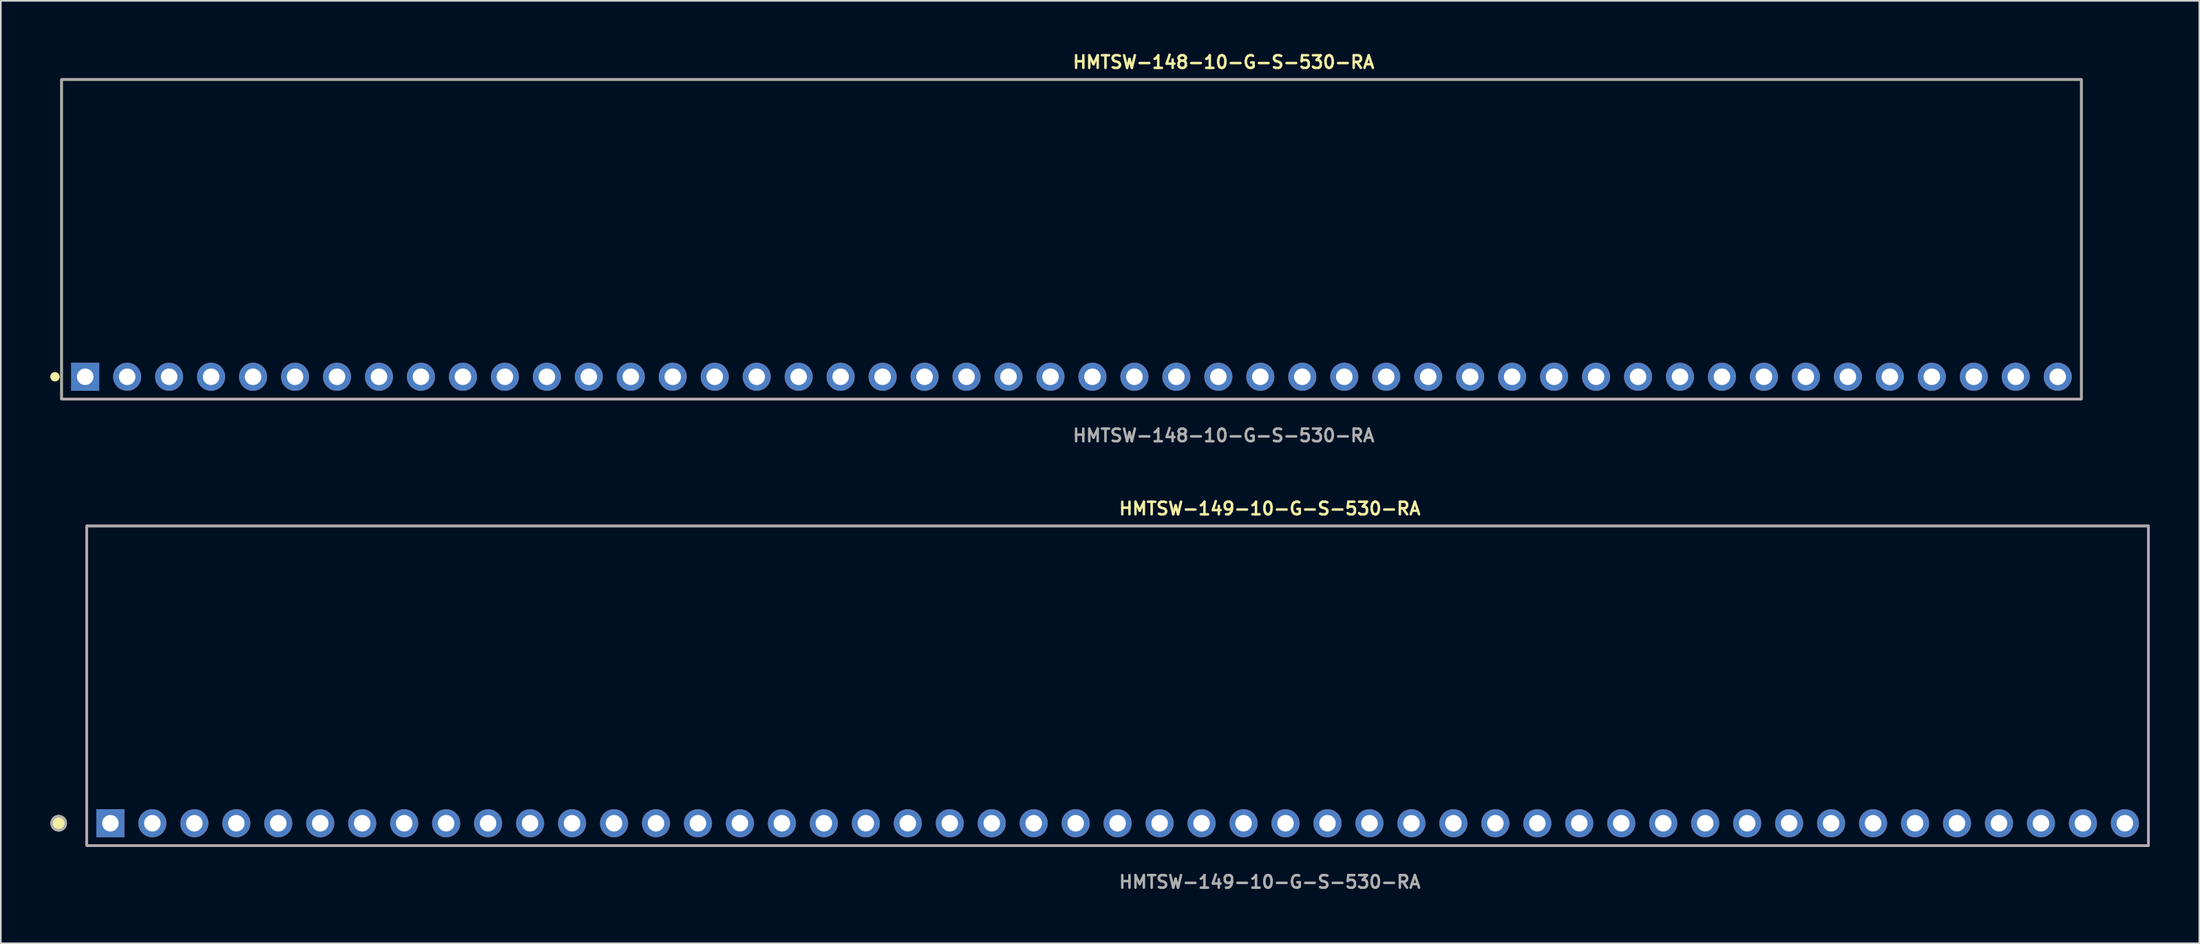
<source format=kicad_pcb>
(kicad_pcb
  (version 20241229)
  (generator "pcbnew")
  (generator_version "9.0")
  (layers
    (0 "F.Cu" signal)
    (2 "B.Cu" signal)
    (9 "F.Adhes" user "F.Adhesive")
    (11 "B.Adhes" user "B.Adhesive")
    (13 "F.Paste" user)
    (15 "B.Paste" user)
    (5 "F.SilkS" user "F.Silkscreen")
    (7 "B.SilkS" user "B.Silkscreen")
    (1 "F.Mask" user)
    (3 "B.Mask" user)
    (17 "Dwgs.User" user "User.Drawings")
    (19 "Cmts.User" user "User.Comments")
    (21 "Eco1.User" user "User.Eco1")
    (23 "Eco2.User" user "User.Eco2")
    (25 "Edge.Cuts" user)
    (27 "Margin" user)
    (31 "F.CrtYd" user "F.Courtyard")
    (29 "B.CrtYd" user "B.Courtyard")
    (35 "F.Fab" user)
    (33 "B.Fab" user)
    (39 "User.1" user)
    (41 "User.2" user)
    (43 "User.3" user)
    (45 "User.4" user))
  (footprint "HMTSW-148-10-G-S-530-RA"
    (layer "F.Cu")
    (at 61.796 19.763)
    (property "Reference" "HMTSW-148-10-G-S-530-RA" (at 0 -19.05 0) (unlocked yes) (layer "F.SilkS") (effects (font (size 0.762 0.762) (thickness 0.152)) (justify left)))
    (fp_rect (start -61.12 1.35) (end 61.12 -18) (stroke (width 0.152) (type solid)) (fill no) (layer "F.SilkS"))
    (fp_circle (center -61.52 0) (end -61.72 0) (stroke (width 0.152) (type solid)) (fill yes) (layer "F.SilkS"))
    (fp_circle (center -61.52 0) (end -61.72 0) (stroke (width 0.152) (type solid)) (fill yes) (layer "F.SilkS"))
    (fp_rect (start -61.12 1.35) (end 61.12 -18) (stroke (width 0.006) (type solid)) (fill no) (layer "F.CrtYd"))
    (fp_rect (start -61.12 1.35) (end 61.12 -18) (stroke (width 0.152) (type solid)) (fill no) (layer "F.Fab"))
    (fp_text user "${REFERENCE}" (at 0 3.556 0) (unlocked yes) (layer "F.Fab") (effects (font (size 0.762 0.762) (thickness 0.152)) (justify left)))
    (pad "1" thru_hole rect (at -59.69 0) (size 1.7 1.7) (drill 1) (layers "*.Cu" "*.Mask"))
    (pad "2" thru_hole circle (at -57.15 0) (size 1.7 1.7) (drill 1) (layers "*.Cu" "*.Mask"))
    (pad "3" thru_hole circle (at -54.61 0) (size 1.7 1.7) (drill 1) (layers "*.Cu" "*.Mask"))
    (pad "4" thru_hole circle (at -52.07 0) (size 1.7 1.7) (drill 1) (layers "*.Cu" "*.Mask"))
    (pad "5" thru_hole circle (at -49.53 0) (size 1.7 1.7) (drill 1) (layers "*.Cu" "*.Mask"))
    (pad "6" thru_hole circle (at -46.99 0) (size 1.7 1.7) (drill 1) (layers "*.Cu" "*.Mask"))
    (pad "7" thru_hole circle (at -44.45 0) (size 1.7 1.7) (drill 1) (layers "*.Cu" "*.Mask"))
    (pad "8" thru_hole circle (at -41.91 0) (size 1.7 1.7) (drill 1) (layers "*.Cu" "*.Mask"))
    (pad "9" thru_hole circle (at -39.37 0) (size 1.7 1.7) (drill 1) (layers "*.Cu" "*.Mask"))
    (pad "10" thru_hole circle (at -36.83 0) (size 1.7 1.7) (drill 1) (layers "*.Cu" "*.Mask"))
    (pad "11" thru_hole circle (at -34.29 0) (size 1.7 1.7) (drill 1) (layers "*.Cu" "*.Mask"))
    (pad "12" thru_hole circle (at -31.75 0) (size 1.7 1.7) (drill 1) (layers "*.Cu" "*.Mask"))
    (pad "13" thru_hole circle (at -29.21 0) (size 1.7 1.7) (drill 1) (layers "*.Cu" "*.Mask"))
    (pad "14" thru_hole circle (at -26.67 0) (size 1.7 1.7) (drill 1) (layers "*.Cu" "*.Mask"))
    (pad "15" thru_hole circle (at -24.13 0) (size 1.7 1.7) (drill 1) (layers "*.Cu" "*.Mask"))
    (pad "16" thru_hole circle (at -21.59 0) (size 1.7 1.7) (drill 1) (layers "*.Cu" "*.Mask"))
    (pad "17" thru_hole circle (at -19.05 0) (size 1.7 1.7) (drill 1) (layers "*.Cu" "*.Mask"))
    (pad "18" thru_hole circle (at -16.51 0) (size 1.7 1.7) (drill 1) (layers "*.Cu" "*.Mask"))
    (pad "19" thru_hole circle (at -13.97 0) (size 1.7 1.7) (drill 1) (layers "*.Cu" "*.Mask"))
    (pad "20" thru_hole circle (at -11.43 0) (size 1.7 1.7) (drill 1) (layers "*.Cu" "*.Mask"))
    (pad "21" thru_hole circle (at -8.89 0) (size 1.7 1.7) (drill 1) (layers "*.Cu" "*.Mask"))
    (pad "22" thru_hole circle (at -6.35 0) (size 1.7 1.7) (drill 1) (layers "*.Cu" "*.Mask"))
    (pad "23" thru_hole circle (at -3.81 0) (size 1.7 1.7) (drill 1) (layers "*.Cu" "*.Mask"))
    (pad "24" thru_hole circle (at -1.27 0) (size 1.7 1.7) (drill 1) (layers "*.Cu" "*.Mask"))
    (pad "25" thru_hole circle (at 1.27 0) (size 1.7 1.7) (drill 1) (layers "*.Cu" "*.Mask"))
    (pad "26" thru_hole circle (at 3.81 0) (size 1.7 1.7) (drill 1) (layers "*.Cu" "*.Mask"))
    (pad "27" thru_hole circle (at 6.35 0) (size 1.7 1.7) (drill 1) (layers "*.Cu" "*.Mask"))
    (pad "28" thru_hole circle (at 8.89 0) (size 1.7 1.7) (drill 1) (layers "*.Cu" "*.Mask"))
    (pad "29" thru_hole circle (at 11.43 0) (size 1.7 1.7) (drill 1) (layers "*.Cu" "*.Mask"))
    (pad "30" thru_hole circle (at 13.97 0) (size 1.7 1.7) (drill 1) (layers "*.Cu" "*.Mask"))
    (pad "31" thru_hole circle (at 16.51 0) (size 1.7 1.7) (drill 1) (layers "*.Cu" "*.Mask"))
    (pad "32" thru_hole circle (at 19.05 0) (size 1.7 1.7) (drill 1) (layers "*.Cu" "*.Mask"))
    (pad "33" thru_hole circle (at 21.59 0) (size 1.7 1.7) (drill 1) (layers "*.Cu" "*.Mask"))
    (pad "34" thru_hole circle (at 24.13 0) (size 1.7 1.7) (drill 1) (layers "*.Cu" "*.Mask"))
    (pad "35" thru_hole circle (at 26.67 0) (size 1.7 1.7) (drill 1) (layers "*.Cu" "*.Mask"))
    (pad "36" thru_hole circle (at 29.21 0) (size 1.7 1.7) (drill 1) (layers "*.Cu" "*.Mask"))
    (pad "37" thru_hole circle (at 31.75 0) (size 1.7 1.7) (drill 1) (layers "*.Cu" "*.Mask"))
    (pad "38" thru_hole circle (at 34.29 0) (size 1.7 1.7) (drill 1) (layers "*.Cu" "*.Mask"))
    (pad "39" thru_hole circle (at 36.83 0) (size 1.7 1.7) (drill 1) (layers "*.Cu" "*.Mask"))
    (pad "40" thru_hole circle (at 39.37 0) (size 1.7 1.7) (drill 1) (layers "*.Cu" "*.Mask"))
    (pad "41" thru_hole circle (at 41.91 0) (size 1.7 1.7) (drill 1) (layers "*.Cu" "*.Mask"))
    (pad "42" thru_hole circle (at 44.45 0) (size 1.7 1.7) (drill 1) (layers "*.Cu" "*.Mask"))
    (pad "43" thru_hole circle (at 46.99 0) (size 1.7 1.7) (drill 1) (layers "*.Cu" "*.Mask"))
    (pad "44" thru_hole circle (at 49.53 0) (size 1.7 1.7) (drill 1) (layers "*.Cu" "*.Mask"))
    (pad "45" thru_hole circle (at 52.07 0) (size 1.7 1.7) (drill 1) (layers "*.Cu" "*.Mask"))
    (pad "46" thru_hole circle (at 54.61 0) (size 1.7 1.7) (drill 1) (layers "*.Cu" "*.Mask"))
    (pad "47" thru_hole circle (at 57.15 0) (size 1.7 1.7) (drill 1) (layers "*.Cu" "*.Mask"))
    (pad "48" thru_hole circle (at 59.69 0) (size 1.7 1.7) (drill 1) (layers "*.Cu" "*.Mask")))
  (footprint "HMTSW-149-10-G-S-530-RA"
    (layer "F.Cu")
    (at 64.591 46.796)
    (property "Reference" "HMTSW-149-10-G-S-530-RA" (at 0 -19.05 0) (unlocked yes) (layer "F.SilkS") (effects (font (size 0.762 0.762) (thickness 0.152)) (justify left)))
    (fp_rect (start -62.39 1.35) (end 62.39 -18) (stroke (width 0.152) (type solid)) (fill no) (layer "F.SilkS"))
    (fp_circle (center -64.09 0) (end -64.515 0) (stroke (width 0.152) (type solid)) (fill yes) (layer "F.SilkS"))
    (fp_rect (start -62.39 1.35) (end 62.39 -18) (stroke (width 0.006) (type solid)) (fill no) (layer "F.CrtYd"))
    (fp_rect (start -62.39 1.35) (end 62.39 -18) (stroke (width 0.152) (type solid)) (fill no) (layer "F.Fab"))
    (fp_circle (center -64.09 0) (end -64.515 0) (stroke (width 0.152) (type solid)) (fill no) (layer "F.Fab"))
    (fp_text user "${REFERENCE}" (at 0 3.556 0) (unlocked yes) (layer "F.Fab") (effects (font (size 0.762 0.762) (thickness 0.152)) (justify left)))
    (pad "1" thru_hole rect (at -60.96 0) (size 1.7 1.7) (drill 1) (layers "*.Cu" "*.Mask"))
    (pad "2" thru_hole circle (at -58.42 0) (size 1.7 1.7) (drill 1) (layers "*.Cu" "*.Mask"))
    (pad "3" thru_hole circle (at -55.88 0) (size 1.7 1.7) (drill 1) (layers "*.Cu" "*.Mask"))
    (pad "4" thru_hole circle (at -53.34 0) (size 1.7 1.7) (drill 1) (layers "*.Cu" "*.Mask"))
    (pad "5" thru_hole circle (at -50.8 0) (size 1.7 1.7) (drill 1) (layers "*.Cu" "*.Mask"))
    (pad "6" thru_hole circle (at -48.26 0) (size 1.7 1.7) (drill 1) (layers "*.Cu" "*.Mask"))
    (pad "7" thru_hole circle (at -45.72 0) (size 1.7 1.7) (drill 1) (layers "*.Cu" "*.Mask"))
    (pad "8" thru_hole circle (at -43.18 0) (size 1.7 1.7) (drill 1) (layers "*.Cu" "*.Mask"))
    (pad "9" thru_hole circle (at -40.64 0) (size 1.7 1.7) (drill 1) (layers "*.Cu" "*.Mask"))
    (pad "10" thru_hole circle (at -38.1 0) (size 1.7 1.7) (drill 1) (layers "*.Cu" "*.Mask"))
    (pad "11" thru_hole circle (at -35.56 0) (size 1.7 1.7) (drill 1) (layers "*.Cu" "*.Mask"))
    (pad "12" thru_hole circle (at -33.02 0) (size 1.7 1.7) (drill 1) (layers "*.Cu" "*.Mask"))
    (pad "13" thru_hole circle (at -30.48 0) (size 1.7 1.7) (drill 1) (layers "*.Cu" "*.Mask"))
    (pad "14" thru_hole circle (at -27.94 0) (size 1.7 1.7) (drill 1) (layers "*.Cu" "*.Mask"))
    (pad "15" thru_hole circle (at -25.4 0) (size 1.7 1.7) (drill 1) (layers "*.Cu" "*.Mask"))
    (pad "16" thru_hole circle (at -22.86 0) (size 1.7 1.7) (drill 1) (layers "*.Cu" "*.Mask"))
    (pad "17" thru_hole circle (at -20.32 0) (size 1.7 1.7) (drill 1) (layers "*.Cu" "*.Mask"))
    (pad "18" thru_hole circle (at -17.78 0) (size 1.7 1.7) (drill 1) (layers "*.Cu" "*.Mask"))
    (pad "19" thru_hole circle (at -15.24 0) (size 1.7 1.7) (drill 1) (layers "*.Cu" "*.Mask"))
    (pad "20" thru_hole circle (at -12.7 0) (size 1.7 1.7) (drill 1) (layers "*.Cu" "*.Mask"))
    (pad "21" thru_hole circle (at -10.16 0) (size 1.7 1.7) (drill 1) (layers "*.Cu" "*.Mask"))
    (pad "22" thru_hole circle (at -7.62 0) (size 1.7 1.7) (drill 1) (layers "*.Cu" "*.Mask"))
    (pad "23" thru_hole circle (at -5.08 0) (size 1.7 1.7) (drill 1) (layers "*.Cu" "*.Mask"))
    (pad "24" thru_hole circle (at -2.54 0) (size 1.7 1.7) (drill 1) (layers "*.Cu" "*.Mask"))
    (pad "25" thru_hole circle (at 0 0) (size 1.7 1.7) (drill 1) (layers "*.Cu" "*.Mask"))
    (pad "26" thru_hole circle (at 2.54 0) (size 1.7 1.7) (drill 1) (layers "*.Cu" "*.Mask"))
    (pad "27" thru_hole circle (at 5.08 0) (size 1.7 1.7) (drill 1) (layers "*.Cu" "*.Mask"))
    (pad "28" thru_hole circle (at 7.62 0) (size 1.7 1.7) (drill 1) (layers "*.Cu" "*.Mask"))
    (pad "29" thru_hole circle (at 10.16 0) (size 1.7 1.7) (drill 1) (layers "*.Cu" "*.Mask"))
    (pad "30" thru_hole circle (at 12.7 0) (size 1.7 1.7) (drill 1) (layers "*.Cu" "*.Mask"))
    (pad "31" thru_hole circle (at 15.24 0) (size 1.7 1.7) (drill 1) (layers "*.Cu" "*.Mask"))
    (pad "32" thru_hole circle (at 17.78 0) (size 1.7 1.7) (drill 1) (layers "*.Cu" "*.Mask"))
    (pad "33" thru_hole circle (at 20.32 0) (size 1.7 1.7) (drill 1) (layers "*.Cu" "*.Mask"))
    (pad "34" thru_hole circle (at 22.86 0) (size 1.7 1.7) (drill 1) (layers "*.Cu" "*.Mask"))
    (pad "35" thru_hole circle (at 25.4 0) (size 1.7 1.7) (drill 1) (layers "*.Cu" "*.Mask"))
    (pad "36" thru_hole circle (at 27.94 0) (size 1.7 1.7) (drill 1) (layers "*.Cu" "*.Mask"))
    (pad "37" thru_hole circle (at 30.48 0) (size 1.7 1.7) (drill 1) (layers "*.Cu" "*.Mask"))
    (pad "38" thru_hole circle (at 33.02 0) (size 1.7 1.7) (drill 1) (layers "*.Cu" "*.Mask"))
    (pad "39" thru_hole circle (at 35.56 0) (size 1.7 1.7) (drill 1) (layers "*.Cu" "*.Mask"))
    (pad "40" thru_hole circle (at 38.1 0) (size 1.7 1.7) (drill 1) (layers "*.Cu" "*.Mask"))
    (pad "41" thru_hole circle (at 40.64 0) (size 1.7 1.7) (drill 1) (layers "*.Cu" "*.Mask"))
    (pad "42" thru_hole circle (at 43.18 0) (size 1.7 1.7) (drill 1) (layers "*.Cu" "*.Mask"))
    (pad "43" thru_hole circle (at 45.72 0) (size 1.7 1.7) (drill 1) (layers "*.Cu" "*.Mask"))
    (pad "44" thru_hole circle (at 48.26 0) (size 1.7 1.7) (drill 1) (layers "*.Cu" "*.Mask"))
    (pad "45" thru_hole circle (at 50.8 0) (size 1.7 1.7) (drill 1) (layers "*.Cu" "*.Mask"))
    (pad "46" thru_hole circle (at 53.34 0) (size 1.7 1.7) (drill 1) (layers "*.Cu" "*.Mask"))
    (pad "47" thru_hole circle (at 55.88 0) (size 1.7 1.7) (drill 1) (layers "*.Cu" "*.Mask"))
    (pad "48" thru_hole circle (at 58.42 0) (size 1.7 1.7) (drill 1) (layers "*.Cu" "*.Mask"))
    (pad "49" thru_hole circle (at 60.96 0) (size 1.7 1.7) (drill 1) (layers "*.Cu" "*.Mask")))
  (gr_rect
    (start -3 -3)
    (end 130.057 54.065)
    (stroke (width 0.1) (type default))
    (fill no)
    (layer "Edge.Cuts")))
</source>
